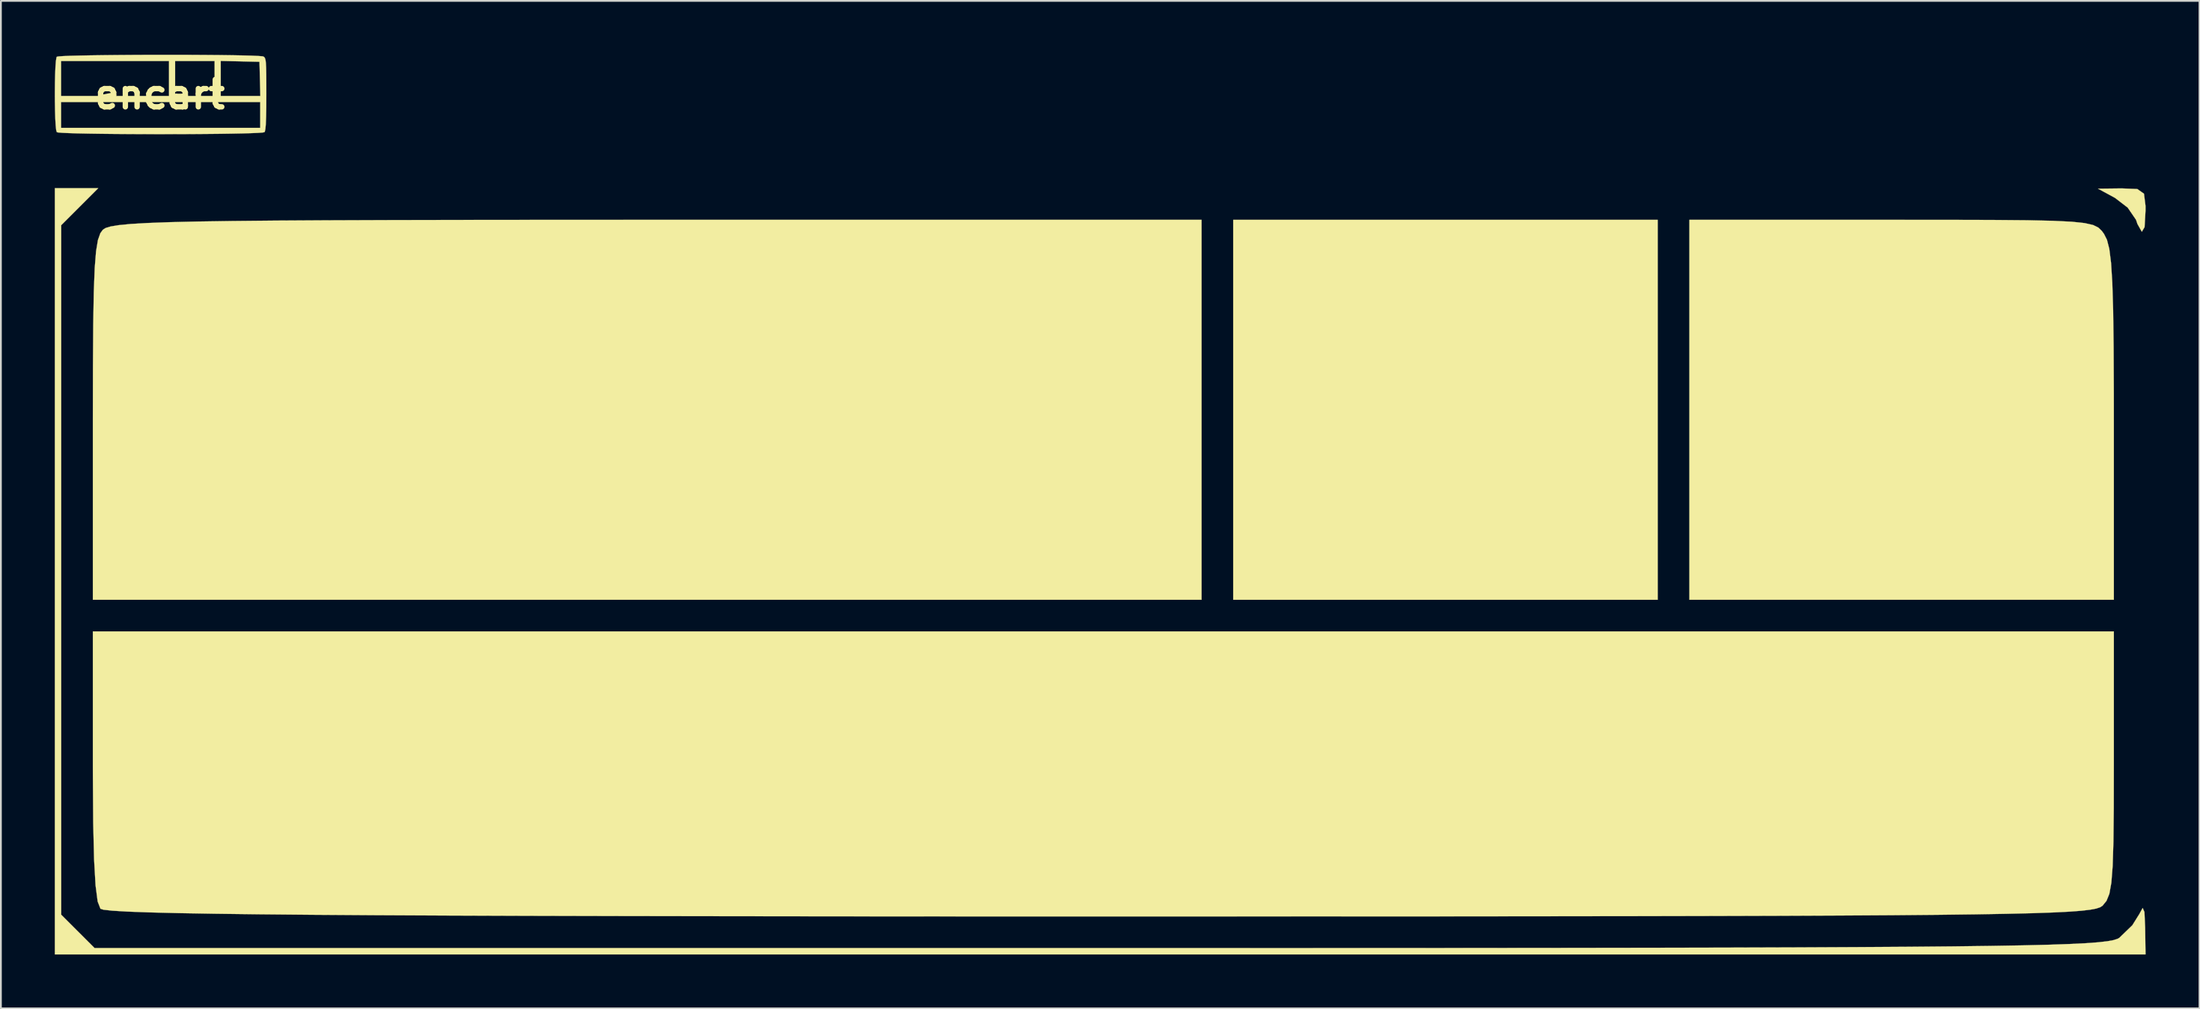
<source format=kicad_pcb>
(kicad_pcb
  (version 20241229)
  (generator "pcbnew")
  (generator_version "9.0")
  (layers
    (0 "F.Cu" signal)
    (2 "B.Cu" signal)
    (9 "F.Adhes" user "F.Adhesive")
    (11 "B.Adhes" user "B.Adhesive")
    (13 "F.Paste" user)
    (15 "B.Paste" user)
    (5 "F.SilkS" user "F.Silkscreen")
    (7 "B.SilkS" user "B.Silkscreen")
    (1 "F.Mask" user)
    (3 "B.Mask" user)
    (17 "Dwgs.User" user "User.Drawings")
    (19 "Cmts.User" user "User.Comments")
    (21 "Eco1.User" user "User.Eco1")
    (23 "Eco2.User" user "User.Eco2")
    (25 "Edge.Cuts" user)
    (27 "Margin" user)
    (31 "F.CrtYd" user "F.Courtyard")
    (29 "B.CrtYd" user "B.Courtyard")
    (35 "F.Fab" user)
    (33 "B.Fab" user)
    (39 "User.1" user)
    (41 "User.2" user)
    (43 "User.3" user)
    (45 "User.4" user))
  (footprint "encartb"
    (layer "F.Cu")
    (at 58.213 28.599)
    (property "Reference" "encartb" (at 0 0 0) (layer "F.SilkS") (effects (font (size 1.524 1.524) (thickness 0.3))))
    (attr through_hole)
    (fp_poly (pts (xy 31.044 1.764) (xy 7.408 1.764) (xy 7.408 -19.403) (xy 31.044 -19.403) (xy 31.044 1.764)) (stroke (width 0.01) (type solid)) (fill yes) (layer "F.SilkS"))
    (fp_poly (pts (xy 57.751 -21.118) (xy 58.122 -20.858) (xy 58.207 -20.182) (xy 58.208 -19.932) (xy 58.155 -18.996) (xy 58.002 -18.739) (xy 57.758 -19.17) (xy 57.679 -19.404) (xy 57.216 -20.082) (xy 56.508 -20.625) (xy 55.562 -21.138) (xy 56.885 -21.153) (xy 57.751 -21.118)) (stroke (width 0.01) (type solid)) (fill yes) (layer "F.SilkS"))
    (fp_poly (pts (xy 47.191 -19.402) (xy 49.674 -19.396) (xy 51.603 -19.38) (xy 53.054 -19.348) (xy 54.101 -19.297) (xy 54.82 -19.22) (xy 55.288 -19.114) (xy 55.579 -18.971) (xy 55.77 -18.789) (xy 55.895 -18.619) (xy 56.061 -18.29) (xy 56.191 -17.781) (xy 56.288 -17.01) (xy 56.358 -15.897) (xy 56.405 -14.362) (xy 56.431 -12.325) (xy 56.443 -9.706) (xy 56.444 -8.035) (xy 56.444 1.764) (xy 32.808 1.764) (xy 32.808 -19.403) (xy 44.077 -19.403) (xy 47.191 -19.402)) (stroke (width 0.01) (type solid)) (fill yes) (layer "F.SilkS"))
    (fp_poly (pts (xy 5.644 1.764) (xy -56.092 1.764) (xy -56.092 -8.265) (xy -56.087 -11.243) (xy -56.071 -13.593) (xy -56.04 -15.394) (xy -55.988 -16.723) (xy -55.913 -17.658) (xy -55.81 -18.278) (xy -55.675 -18.659) (xy -55.537 -18.848) (xy -55.384 -18.947) (xy -55.105 -19.032) (xy -54.655 -19.107) (xy -53.991 -19.171) (xy -53.069 -19.225) (xy -51.846 -19.271) (xy -50.277 -19.308) (xy -48.32 -19.337) (xy -45.929 -19.36) (xy -43.061 -19.377) (xy -39.674 -19.389) (xy -35.721 -19.397) (xy -31.161 -19.401) (xy -25.949 -19.403) (xy -24.669 -19.403) (xy 5.644 -19.403) (xy 5.644 1.764)) (stroke (width 0.01) (type solid)) (fill yes) (layer "F.SilkS"))
    (fp_poly (pts (xy -57.856 -19.104) (xy -57.856 19.307) (xy -56.926 20.237) (xy -55.995 21.167) (xy -0.03 21.167) (xy 7.364 21.166) (xy 14.085 21.165) (xy 20.166 21.162) (xy 25.637 21.157) (xy 30.533 21.15) (xy 34.884 21.141) (xy 38.724 21.129) (xy 42.084 21.113) (xy 44.997 21.095) (xy 47.496 21.073) (xy 49.612 21.046) (xy 51.377 21.016) (xy 52.825 20.981) (xy 53.988 20.94) (xy 54.897 20.895) (xy 55.585 20.844) (xy 56.085 20.786) (xy 56.428 20.723) (xy 56.647 20.653) (xy 56.744 20.6) (xy 57.473 19.895) (xy 57.859 19.277) (xy 58.048 18.933) (xy 58.148 19.158) (xy 58.186 20.02) (xy 58.208 21.519) (xy -58.208 21.519) (xy -58.208 -21.167) (xy -55.793 -21.167) (xy -57.856 -19.104)) (stroke (width 0.01) (type solid)) (fill yes) (layer "F.SilkS"))
    (fp_poly (pts (xy 56.444 10.881) (xy 56.44 13.361) (xy 56.42 15.232) (xy 56.378 16.588) (xy 56.305 17.527) (xy 56.194 18.144) (xy 56.037 18.534) (xy 55.826 18.794) (xy 55.799 18.819) (xy 55.675 18.896) (xy 55.461 18.967) (xy 55.125 19.03) (xy 54.633 19.088) (xy 53.953 19.139) (xy 53.053 19.184) (xy 51.9 19.224) (xy 50.461 19.258) (xy 48.704 19.288) (xy 46.596 19.314) (xy 44.105 19.336) (xy 41.197 19.353) (xy 37.841 19.368) (xy 34.004 19.379) (xy 29.653 19.388) (xy 24.756 19.394) (xy 19.279 19.399) (xy 13.191 19.401) (xy 6.459 19.402) (xy -0.045 19.403) (xy -7.722 19.402) (xy -14.719 19.398) (xy -21.062 19.391) (xy -26.776 19.382) (xy -31.888 19.37) (xy -36.422 19.354) (xy -40.405 19.335) (xy -43.862 19.312) (xy -46.819 19.285) (xy -49.302 19.254) (xy -51.336 19.219) (xy -52.947 19.179) (xy -54.16 19.135) (xy -55.002 19.085) (xy -55.498 19.031) (xy -55.668 18.979) (xy -55.825 18.573) (xy -55.942 17.672) (xy -56.024 16.226) (xy -56.073 14.184) (xy -56.091 11.496) (xy -56.092 11.042) (xy -56.092 3.528) (xy 56.444 3.528) (xy 56.444 10.881)) (stroke (width 0.01) (type solid)) (fill yes) (layer "F.SilkS")))
  (footprint "encart"
    (layer "F.Cu")
    (at 5.853 2.212)
    (property "Reference" "encart" (at 0 0 0) (layer "F.SilkS") (effects (font (size 1.524 1.524) (thickness 0.3))))
    (attr through_hole)
    (fp_poly (pts (xy 0.941 -2.207) (xy 1.778 -2.205) (xy 2.581 -2.2) (xy 3.33 -2.194) (xy 4.01 -2.185) (xy 4.604 -2.174) (xy 5.093 -2.161) (xy 5.461 -2.145) (xy 5.692 -2.128) (xy 5.763 -2.114) (xy 5.815 -2.077) (xy 5.854 -2.017) (xy 5.883 -1.913) (xy 5.903 -1.742) (xy 5.916 -1.485) (xy 5.923 -1.121) (xy 5.926 -0.628) (xy 5.927 -0.014) (xy 5.924 0.691) (xy 5.915 1.238) (xy 5.899 1.642) (xy 5.876 1.913) (xy 5.845 2.064) (xy 5.825 2.1) (xy 5.721 2.121) (xy 5.465 2.14) (xy 5.073 2.156) (xy 4.564 2.171) (xy 3.953 2.183) (xy 3.258 2.193) (xy 2.496 2.2) (xy 1.685 2.206) (xy 0.84 2.209) (xy -0.02 2.21) (xy -0.879 2.209) (xy -1.72 2.205) (xy -2.526 2.199) (xy -3.279 2.191) (xy -3.962 2.181) (xy -4.56 2.169) (xy -5.053 2.154) (xy -5.426 2.137) (xy -5.661 2.118) (xy -5.74 2.1) (xy -5.775 1.983) (xy -5.802 1.725) (xy -5.824 1.358) (xy -5.838 0.909) (xy -5.846 0.423) (xy -5.503 0.423) (xy -5.503 1.863) (xy 5.588 1.863) (xy 5.588 0.423) (xy -5.503 0.423) (xy -5.846 0.423) (xy -5.847 0.407) (xy -5.848 -0.117) (xy -5.844 -0.634) (xy -5.833 -1.116) (xy -5.815 -1.532) (xy -5.791 -1.855) (xy -5.79 -1.863) (xy -5.503 -1.863) (xy -5.503 0.085) (xy 0.508 0.085) (xy 0.508 -1.863) (xy 0.847 -1.863) (xy 0.847 0.085) (xy 3.048 0.085) (xy 3.387 0.085) (xy 5.594 0.085) (xy 5.57 -0.868) (xy 5.546 -1.82) (xy 4.466 -1.844) (xy 3.387 -1.868) (xy 3.387 0.085) (xy 3.048 0.085) (xy 3.048 -1.863) (xy 0.847 -1.863) (xy 0.508 -1.863) (xy -5.503 -1.863) (xy -5.79 -1.863) (xy -5.76 -2.053) (xy -5.74 -2.1) (xy -5.638 -2.119) (xy -5.384 -2.137) (xy -4.994 -2.153) (xy -4.486 -2.166) (xy -3.877 -2.178) (xy -3.185 -2.188) (xy -2.425 -2.196) (xy -1.616 -2.202) (xy -0.774 -2.206) (xy 0.084 -2.207) (xy 0.941 -2.207)) (stroke (width 0.01) (type solid)) (fill yes) (layer "F.SilkS")))
  (gr_rect
    (start -3 -3)
    (end 119.427 53.123)
    (stroke (width 0.1) (type default))
    (fill no)
    (layer "Edge.Cuts")))
</source>
